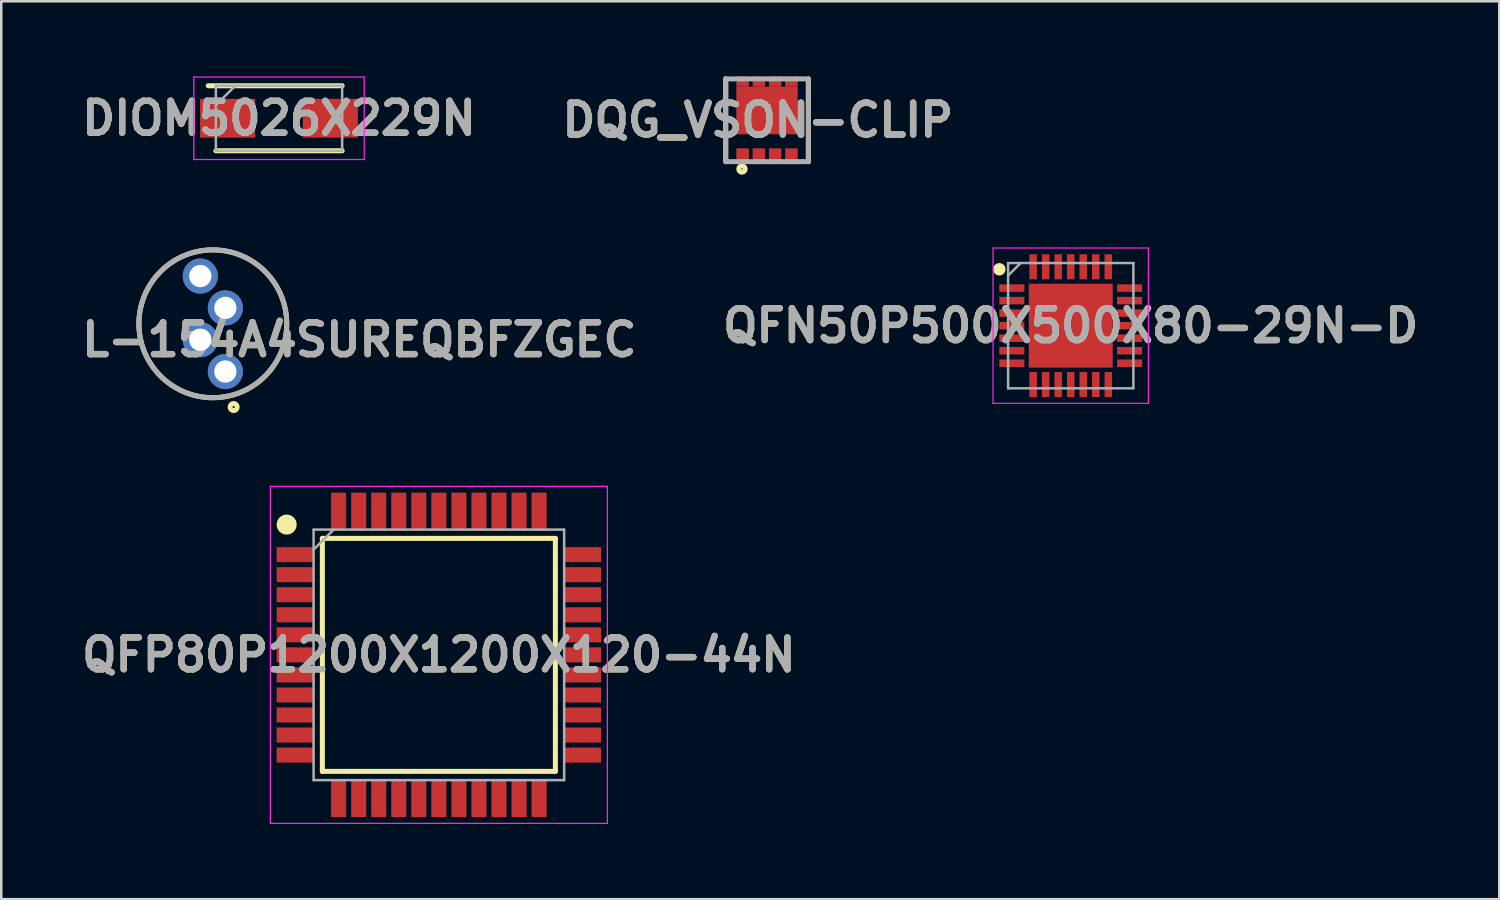
<source format=kicad_pcb>
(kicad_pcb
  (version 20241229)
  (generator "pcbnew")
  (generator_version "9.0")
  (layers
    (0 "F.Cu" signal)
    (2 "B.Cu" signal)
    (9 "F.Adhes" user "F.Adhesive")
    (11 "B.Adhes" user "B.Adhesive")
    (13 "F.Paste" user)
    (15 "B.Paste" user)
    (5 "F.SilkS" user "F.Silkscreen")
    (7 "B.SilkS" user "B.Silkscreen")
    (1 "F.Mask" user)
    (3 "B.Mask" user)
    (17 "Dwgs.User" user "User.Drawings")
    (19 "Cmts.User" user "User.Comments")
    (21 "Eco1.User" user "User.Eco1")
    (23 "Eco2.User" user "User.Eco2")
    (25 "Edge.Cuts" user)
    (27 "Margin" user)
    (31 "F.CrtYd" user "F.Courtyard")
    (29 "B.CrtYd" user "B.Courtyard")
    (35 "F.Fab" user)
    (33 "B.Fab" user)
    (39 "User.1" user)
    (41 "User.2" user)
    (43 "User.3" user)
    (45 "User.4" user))
  (footprint "QFP80P1200X1200X120-44N"
    (layer "F.Cu")
    (at 14.466 23.087)
    (property "Reference" "QFP80P1200X1200X120-44N" (at 0 0 0) (layer "F.SilkS") (effects (font (size 1.27 1.27) (thickness 0.254))))
    (attr smd)
    (fp_line (start -4.65 -4.65) (end 4.65 -4.65) (stroke (width 0.2) (type solid)) (layer "F.SilkS"))
    (fp_line (start -4.65 4.65) (end -4.65 -4.65) (stroke (width 0.2) (type solid)) (layer "F.SilkS"))
    (fp_line (start 4.65 -4.65) (end 4.65 4.65) (stroke (width 0.2) (type solid)) (layer "F.SilkS"))
    (fp_line (start 4.65 4.65) (end -4.65 4.65) (stroke (width 0.2) (type solid)) (layer "F.SilkS"))
    (fp_circle (center -6.075 -5.2) (end -6.075 -5) (stroke (width 0.4) (type solid)) (fill no) (layer "F.SilkS"))
    (fp_line (start -6.725 -6.725) (end 6.725 -6.725) (stroke (width 0.05) (type solid)) (layer "F.CrtYd"))
    (fp_line (start -6.725 6.725) (end -6.725 -6.725) (stroke (width 0.05) (type solid)) (layer "F.CrtYd"))
    (fp_line (start 6.725 -6.725) (end 6.725 6.725) (stroke (width 0.05) (type solid)) (layer "F.CrtYd"))
    (fp_line (start 6.725 6.725) (end -6.725 6.725) (stroke (width 0.05) (type solid)) (layer "F.CrtYd"))
    (fp_line (start -5 -5) (end 5 -5) (stroke (width 0.1) (type solid)) (layer "F.Fab"))
    (fp_line (start -5 -4.2) (end -4.2 -5) (stroke (width 0.1) (type solid)) (layer "F.Fab"))
    (fp_line (start -5 5) (end -5 -5) (stroke (width 0.1) (type solid)) (layer "F.Fab"))
    (fp_line (start 5 -5) (end 5 5) (stroke (width 0.1) (type solid)) (layer "F.Fab"))
    (fp_line (start 5 5) (end -5 5) (stroke (width 0.1) (type solid)) (layer "F.Fab"))
    (fp_text user "${REFERENCE}" (at 0 0 0) (layer "F.Fab") (effects (font (size 1.27 1.27) (thickness 0.254))))
    (pad "1" smd rect (at -5.738 -4 90) (size 0.6 1.475) (layers "F.Cu" "F.Paste"))
    (pad "2" smd rect (at -5.738 -3.2 90) (size 0.6 1.475) (layers "F.Cu" "F.Paste"))
    (pad "3" smd rect (at -5.738 -2.4 90) (size 0.6 1.475) (layers "F.Cu" "F.Paste"))
    (pad "4" smd rect (at -5.738 -1.6 90) (size 0.6 1.475) (layers "F.Cu" "F.Paste"))
    (pad "5" smd rect (at -5.738 -0.8 90) (size 0.6 1.475) (layers "F.Cu" "F.Paste"))
    (pad "6" smd rect (at -5.738 0 90) (size 0.6 1.475) (layers "F.Cu" "F.Paste"))
    (pad "7" smd rect (at -5.738 0.8 90) (size 0.6 1.475) (layers "F.Cu" "F.Paste"))
    (pad "8" smd rect (at -5.738 1.6 90) (size 0.6 1.475) (layers "F.Cu" "F.Paste"))
    (pad "9" smd rect (at -5.738 2.4 90) (size 0.6 1.475) (layers "F.Cu" "F.Paste"))
    (pad "10" smd rect (at -5.738 3.2 90) (size 0.6 1.475) (layers "F.Cu" "F.Paste"))
    (pad "11" smd rect (at -5.738 4 90) (size 0.6 1.475) (layers "F.Cu" "F.Paste"))
    (pad "12" smd rect (at -4 5.738) (size 0.6 1.475) (layers "F.Cu" "F.Paste"))
    (pad "13" smd rect (at -3.2 5.738) (size 0.6 1.475) (layers "F.Cu" "F.Paste"))
    (pad "14" smd rect (at -2.4 5.738) (size 0.6 1.475) (layers "F.Cu" "F.Paste"))
    (pad "15" smd rect (at -1.6 5.738) (size 0.6 1.475) (layers "F.Cu" "F.Paste"))
    (pad "16" smd rect (at -0.8 5.738) (size 0.6 1.475) (layers "F.Cu" "F.Paste"))
    (pad "17" smd rect (at 0 5.738) (size 0.6 1.475) (layers "F.Cu" "F.Paste"))
    (pad "18" smd rect (at 0.8 5.738) (size 0.6 1.475) (layers "F.Cu" "F.Paste"))
    (pad "19" smd rect (at 1.6 5.738) (size 0.6 1.475) (layers "F.Cu" "F.Paste"))
    (pad "20" smd rect (at 2.4 5.738) (size 0.6 1.475) (layers "F.Cu" "F.Paste"))
    (pad "21" smd rect (at 3.2 5.738) (size 0.6 1.475) (layers "F.Cu" "F.Paste"))
    (pad "22" smd rect (at 4 5.738) (size 0.6 1.475) (layers "F.Cu" "F.Paste"))
    (pad "23" smd rect (at 5.738 4 90) (size 0.6 1.475) (layers "F.Cu" "F.Paste"))
    (pad "24" smd rect (at 5.738 3.2 90) (size 0.6 1.475) (layers "F.Cu" "F.Paste"))
    (pad "25" smd rect (at 5.738 2.4 90) (size 0.6 1.475) (layers "F.Cu" "F.Paste"))
    (pad "26" smd rect (at 5.738 1.6 90) (size 0.6 1.475) (layers "F.Cu" "F.Paste"))
    (pad "27" smd rect (at 5.738 0.8 90) (size 0.6 1.475) (layers "F.Cu" "F.Paste"))
    (pad "28" smd rect (at 5.738 0 90) (size 0.6 1.475) (layers "F.Cu" "F.Paste"))
    (pad "29" smd rect (at 5.738 -0.8 90) (size 0.6 1.475) (layers "F.Cu" "F.Paste"))
    (pad "30" smd rect (at 5.738 -1.6 90) (size 0.6 1.475) (layers "F.Cu" "F.Paste"))
    (pad "31" smd rect (at 5.738 -2.4 90) (size 0.6 1.475) (layers "F.Cu" "F.Paste"))
    (pad "32" smd rect (at 5.738 -3.2 90) (size 0.6 1.475) (layers "F.Cu" "F.Paste"))
    (pad "33" smd rect (at 5.738 -4 90) (size 0.6 1.475) (layers "F.Cu" "F.Paste"))
    (pad "34" smd rect (at 4 -5.738) (size 0.6 1.475) (layers "F.Cu" "F.Paste"))
    (pad "35" smd rect (at 3.2 -5.738) (size 0.6 1.475) (layers "F.Cu" "F.Paste"))
    (pad "36" smd rect (at 2.4 -5.738) (size 0.6 1.475) (layers "F.Cu" "F.Paste"))
    (pad "37" smd rect (at 1.6 -5.738) (size 0.6 1.475) (layers "F.Cu" "F.Paste"))
    (pad "38" smd rect (at 0.8 -5.738) (size 0.6 1.475) (layers "F.Cu" "F.Paste"))
    (pad "39" smd rect (at 0 -5.738) (size 0.6 1.475) (layers "F.Cu" "F.Paste"))
    (pad "40" smd rect (at -0.8 -5.738) (size 0.6 1.475) (layers "F.Cu" "F.Paste"))
    (pad "41" smd rect (at -1.6 -5.738) (size 0.6 1.475) (layers "F.Cu" "F.Paste"))
    (pad "42" smd rect (at -2.4 -5.738) (size 0.6 1.475) (layers "F.Cu" "F.Paste"))
    (pad "43" smd rect (at -3.2 -5.738) (size 0.6 1.475) (layers "F.Cu" "F.Paste"))
    (pad "44" smd rect (at -4 -5.738) (size 0.6 1.475) (layers "F.Cu" "F.Paste")))
  (footprint "L-154A4SUREQBFZGEC"
    (layer "F.Cu")
    (at 5.444 9.873)
    (property "Reference" "L-154A4SUREQBFZGEC" (at 5.847 0.636 0) (layer "F.SilkS") (effects (font (size 1.27 1.27) (thickness 0.254))))
    (attr through_hole)
    (fp_circle (center 0 0) (end 0 2.95) (stroke (width 0.2) (type solid)) (fill no) (layer "F.SilkS"))
    (fp_circle (center 0.83 3.323) (end 0.83 3.364) (stroke (width 0.2) (type solid)) (fill no) (layer "F.SilkS"))
    (fp_circle (center 0 0) (end 0 2.95) (stroke (width 0.2) (type solid)) (fill no) (layer "F.Fab"))
    (fp_text user "${REFERENCE}" (at 5.847 0.636 0) (layer "F.Fab") (effects (font (size 1.27 1.27) (thickness 0.254))))
    (pad "1" thru_hole circle (at 0.5 1.905) (size 1.4 1.4) (drill 0.889) (layers "*.Cu" "*.Mask"))
    (pad "2" thru_hole circle (at -0.5 0.635) (size 1.4 1.4) (drill 0.889) (layers "*.Cu" "*.Mask"))
    (pad "3" thru_hole circle (at 0.5 -0.635) (size 1.4 1.4) (drill 0.889) (layers "*.Cu" "*.Mask"))
    (pad "4" thru_hole circle (at -0.5 -1.905) (size 1.4 1.4) (drill 0.889) (layers "*.Cu" "*.Mask")))
  (footprint "DIOM5026X229N"
    (layer "F.Cu")
    (at 8.086 1.67)
    (property "Reference" "DIOM5026X229N" (at 0 0 0) (layer "F.SilkS") (effects (font (size 1.27 1.27) (thickness 0.254))))
    (attr smd)
    (fp_line (start -2.52 1.298) (end 2.52 1.298) (stroke (width 0.2) (type solid)) (layer "F.SilkS"))
    (fp_line (start 2.52 -1.298) (end -2.825 -1.298) (stroke (width 0.2) (type solid)) (layer "F.SilkS"))
    (fp_line (start -3.4 -1.645) (end 3.4 -1.645) (stroke (width 0.05) (type solid)) (layer "F.CrtYd"))
    (fp_line (start -3.4 1.645) (end -3.4 -1.645) (stroke (width 0.05) (type solid)) (layer "F.CrtYd"))
    (fp_line (start 3.4 -1.645) (end 3.4 1.645) (stroke (width 0.05) (type solid)) (layer "F.CrtYd"))
    (fp_line (start 3.4 1.645) (end -3.4 1.645) (stroke (width 0.05) (type solid)) (layer "F.CrtYd"))
    (fp_line (start -2.52 -1.298) (end 2.52 -1.298) (stroke (width 0.1) (type solid)) (layer "F.Fab"))
    (fp_line (start -2.52 -0.522) (end -1.745 -1.298) (stroke (width 0.1) (type solid)) (layer "F.Fab"))
    (fp_line (start -2.52 1.298) (end -2.52 -1.298) (stroke (width 0.1) (type solid)) (layer "F.Fab"))
    (fp_line (start 2.52 -1.298) (end 2.52 1.298) (stroke (width 0.1) (type solid)) (layer "F.Fab"))
    (fp_line (start 2.52 1.298) (end -2.52 1.298) (stroke (width 0.1) (type solid)) (layer "F.Fab"))
    (fp_text user "${REFERENCE}" (at 0 0 0) (layer "F.Fab") (effects (font (size 1.27 1.27) (thickness 0.254))))
    (pad "1" smd rect (at -2.05 0 90) (size 1.55 2.2) (layers "F.Cu" "F.Paste"))
    (pad "2" smd rect (at 2.05 0 90) (size 1.55 2.2) (layers "F.Cu" "F.Paste")))
  (footprint "DQG_VSON-CLIP"
    (layer "F.Cu")
    (at 27.564 1.75)
    (property "Reference" "DQG_VSON-CLIP" (at -0.368 -0.007 0) (layer "F.SilkS") (effects (font (size 1.27 1.27) (thickness 0.254))))
    (attr smd)
    (fp_line (start -1.65 -1.65) (end -1.65 1.65) (stroke (width 0.2) (type solid)) (layer "F.SilkS"))
    (fp_line (start 1.65 1.65) (end 1.65 -1.65) (stroke (width 0.2) (type solid)) (layer "F.SilkS"))
    (fp_circle (center -1.001 1.946) (end -1.001 1.973) (stroke (width 0.2) (type solid)) (fill no) (layer "F.SilkS"))
    (fp_line (start -1.65 -1.65) (end 1.65 -1.65) (stroke (width 0.2) (type solid)) (layer "F.Fab"))
    (fp_line (start -1.65 1.65) (end -1.65 -1.65) (stroke (width 0.2) (type solid)) (layer "F.Fab"))
    (fp_line (start 1.65 -1.65) (end 1.65 1.65) (stroke (width 0.2) (type solid)) (layer "F.Fab"))
    (fp_line (start 1.65 1.65) (end -1.65 1.65) (stroke (width 0.2) (type solid)) (layer "F.Fab"))
    (fp_text user "${REFERENCE}" (at -0.368 -0.007 0) (layer "F.Fab") (effects (font (size 1.27 1.27) (thickness 0.254))))
    (pad "1" smd rect (at -0.975 1.435) (size 0.5 0.63) (layers "F.Cu" "F.Mask" "F.Paste"))
    (pad "2" smd rect (at -0.325 1.435) (size 0.5 0.63) (layers "F.Cu" "F.Mask" "F.Paste"))
    (pad "3" smd rect (at 0.325 1.435) (size 0.5 0.63) (layers "F.Cu" "F.Mask" "F.Paste"))
    (pad "4" smd rect (at 0.975 1.435) (size 0.5 0.63) (layers "F.Cu" "F.Mask" "F.Paste"))
    (pad "5" smd rect (at 0.975 -1.545 90) (size 0.41 0.5) (layers "F.Cu" "F.Mask" "F.Paste"))
    (pad "6" smd rect (at 0.325 -1.545 90) (size 0.41 0.5) (layers "F.Cu" "F.Mask" "F.Paste"))
    (pad "7" smd rect (at -0.325 -1.545 90) (size 0.41 0.5) (layers "F.Cu" "F.Mask" "F.Paste"))
    (pad "8" smd rect (at -0.975 -1.545 90) (size 0.41 0.5) (layers "F.Cu" "F.Mask" "F.Paste"))
    (pad "9" smd rect (at 0 -0.39 90) (size 1.9 2.45) (layers "F.Cu" "F.Mask" "F.Paste")))
  (footprint "QFN50P500X500X80-29N-D"
    (layer "F.Cu")
    (at 39.685 9.948)
    (property "Reference" "QFN50P500X500X80-29N-D" (at 0 0 0) (layer "F.SilkS") (effects (font (size 1.27 1.27) (thickness 0.254))))
    (attr smd)
    (fp_circle (center -2.85 -2.25) (end -2.85 -2.125) (stroke (width 0.25) (type solid)) (fill no) (layer "F.SilkS"))
    (fp_line (start -3.1 -3.1) (end 3.1 -3.1) (stroke (width 0.05) (type solid)) (layer "F.CrtYd"))
    (fp_line (start -3.1 3.1) (end -3.1 -3.1) (stroke (width 0.05) (type solid)) (layer "F.CrtYd"))
    (fp_line (start 3.1 -3.1) (end 3.1 3.1) (stroke (width 0.05) (type solid)) (layer "F.CrtYd"))
    (fp_line (start 3.1 3.1) (end -3.1 3.1) (stroke (width 0.05) (type solid)) (layer "F.CrtYd"))
    (fp_line (start -2.5 -2.5) (end 2.5 -2.5) (stroke (width 0.1) (type solid)) (layer "F.Fab"))
    (fp_line (start -2.5 -2) (end -2 -2.5) (stroke (width 0.1) (type solid)) (layer "F.Fab"))
    (fp_line (start -2.5 2.5) (end -2.5 -2.5) (stroke (width 0.1) (type solid)) (layer "F.Fab"))
    (fp_line (start 2.5 -2.5) (end 2.5 2.5) (stroke (width 0.1) (type solid)) (layer "F.Fab"))
    (fp_line (start 2.5 2.5) (end -2.5 2.5) (stroke (width 0.1) (type solid)) (layer "F.Fab"))
    (fp_text user "${REFERENCE}" (at 0 0 0) (layer "F.Fab") (effects (font (size 1.27 1.27) (thickness 0.254))))
    (pad "1" smd rect (at -2.35 -1.5 90) (size 0.3 1) (layers "F.Cu" "F.Paste"))
    (pad "2" smd rect (at -2.35 -1 90) (size 0.3 1) (layers "F.Cu" "F.Paste"))
    (pad "3" smd rect (at -2.35 -0.5 90) (size 0.3 1) (layers "F.Cu" "F.Paste"))
    (pad "4" smd rect (at -2.35 0 90) (size 0.3 1) (layers "F.Cu" "F.Paste"))
    (pad "5" smd rect (at -2.35 0.5 90) (size 0.3 1) (layers "F.Cu" "F.Paste"))
    (pad "6" smd rect (at -2.35 1 90) (size 0.3 1) (layers "F.Cu" "F.Paste"))
    (pad "7" smd rect (at -2.35 1.5 90) (size 0.3 1) (layers "F.Cu" "F.Paste"))
    (pad "8" smd rect (at -1.5 2.35) (size 0.3 1) (layers "F.Cu" "F.Paste"))
    (pad "9" smd rect (at -1 2.35) (size 0.3 1) (layers "F.Cu" "F.Paste"))
    (pad "10" smd rect (at -0.5 2.35) (size 0.3 1) (layers "F.Cu" "F.Paste"))
    (pad "11" smd rect (at 0 2.35) (size 0.3 1) (layers "F.Cu" "F.Paste"))
    (pad "12" smd rect (at 0.5 2.35) (size 0.3 1) (layers "F.Cu" "F.Paste"))
    (pad "13" smd rect (at 1 2.35) (size 0.3 1) (layers "F.Cu" "F.Paste"))
    (pad "14" smd rect (at 1.5 2.35) (size 0.3 1) (layers "F.Cu" "F.Paste"))
    (pad "15" smd rect (at 2.35 1.5 90) (size 0.3 1) (layers "F.Cu" "F.Paste"))
    (pad "16" smd rect (at 2.35 1 90) (size 0.3 1) (layers "F.Cu" "F.Paste"))
    (pad "17" smd rect (at 2.35 0.5 90) (size 0.3 1) (layers "F.Cu" "F.Paste"))
    (pad "18" smd rect (at 2.35 0 90) (size 0.3 1) (layers "F.Cu" "F.Paste"))
    (pad "19" smd rect (at 2.35 -0.5 90) (size 0.3 1) (layers "F.Cu" "F.Paste"))
    (pad "20" smd rect (at 2.35 -1 90) (size 0.3 1) (layers "F.Cu" "F.Paste"))
    (pad "21" smd rect (at 2.35 -1.5 90) (size 0.3 1) (layers "F.Cu" "F.Paste"))
    (pad "22" smd rect (at 1.5 -2.35) (size 0.3 1) (layers "F.Cu" "F.Paste"))
    (pad "23" smd rect (at 1 -2.35) (size 0.3 1) (layers "F.Cu" "F.Paste"))
    (pad "24" smd rect (at 0.5 -2.35) (size 0.3 1) (layers "F.Cu" "F.Paste"))
    (pad "25" smd rect (at 0 -2.35) (size 0.3 1) (layers "F.Cu" "F.Paste"))
    (pad "26" smd rect (at -0.5 -2.35) (size 0.3 1) (layers "F.Cu" "F.Paste"))
    (pad "27" smd rect (at -1 -2.35) (size 0.3 1) (layers "F.Cu" "F.Paste"))
    (pad "28" smd rect (at -1.5 -2.35) (size 0.3 1) (layers "F.Cu" "F.Paste"))
    (pad "29" smd rect (at 0 0) (size 3.35 3.35) (layers "F.Cu" "F.Paste")))
  (gr_rect
    (start -3 -3)
    (end 56.788 32.837)
    (stroke (width 0.1) (type default))
    (fill no)
    (layer "Edge.Cuts")))
</source>
